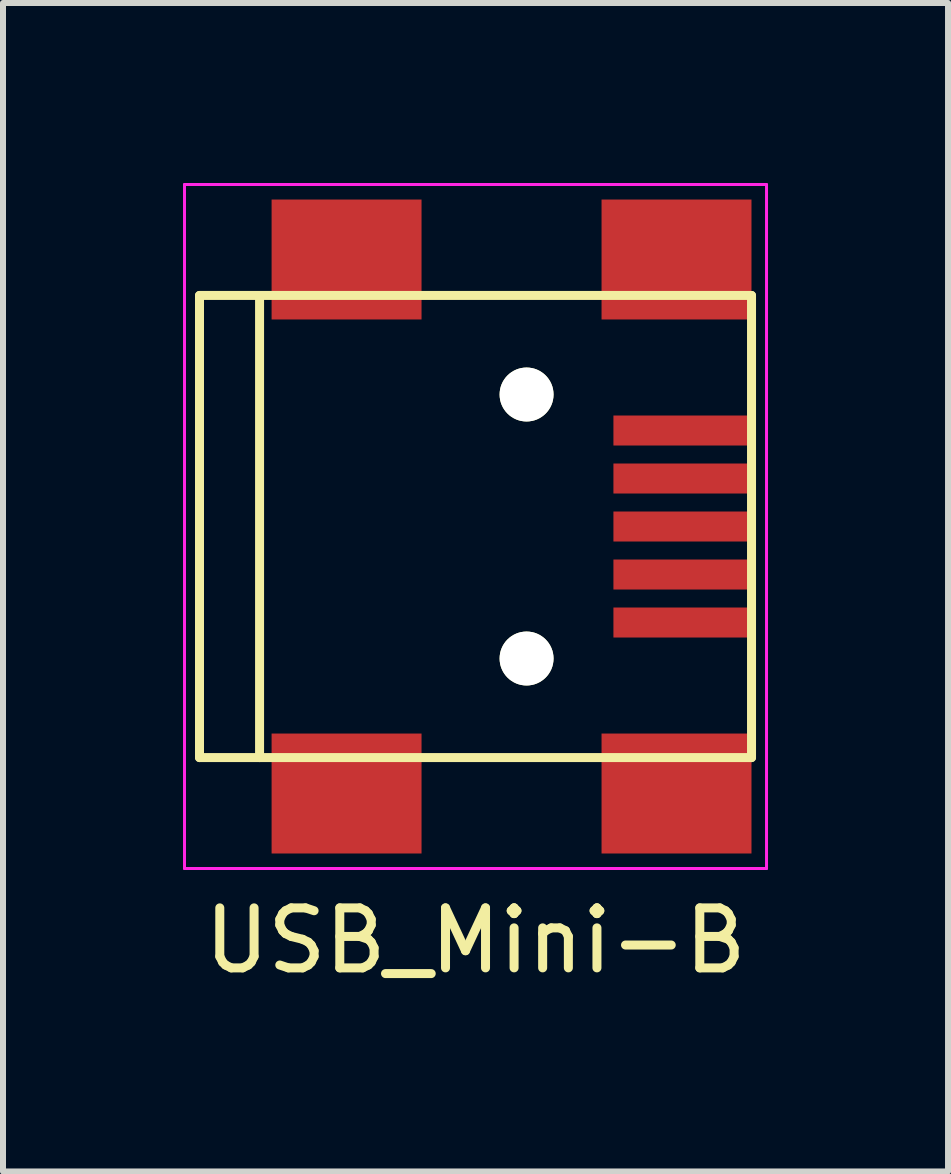
<source format=kicad_pcb>
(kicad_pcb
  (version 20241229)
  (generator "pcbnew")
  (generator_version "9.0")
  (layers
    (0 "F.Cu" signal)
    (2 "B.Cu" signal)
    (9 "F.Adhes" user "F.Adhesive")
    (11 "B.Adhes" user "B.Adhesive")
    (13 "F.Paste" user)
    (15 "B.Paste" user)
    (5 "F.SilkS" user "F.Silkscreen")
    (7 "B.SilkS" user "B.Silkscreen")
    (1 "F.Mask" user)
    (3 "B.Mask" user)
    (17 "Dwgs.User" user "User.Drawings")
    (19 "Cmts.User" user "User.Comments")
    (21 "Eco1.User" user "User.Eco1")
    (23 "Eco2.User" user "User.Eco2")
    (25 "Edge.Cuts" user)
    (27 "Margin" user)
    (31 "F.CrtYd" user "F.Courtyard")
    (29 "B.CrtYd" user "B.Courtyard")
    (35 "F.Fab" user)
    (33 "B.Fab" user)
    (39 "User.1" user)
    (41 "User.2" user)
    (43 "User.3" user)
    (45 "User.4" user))
  (footprint "USB_Mini-B"
    (layer "F.Cu")
    (at 4.875 5.725)
    (property "Reference" "USB_Mini-B" (at 0 6.901 0) (layer "F.SilkS") (effects (font (size 1 1) (thickness 0.15))))
    (attr smd)
    (fp_line (start -4.6 -3.851) (end -4.6 3.851) (stroke (width 0.15) (type solid)) (layer "F.SilkS"))
    (fp_line (start -4.6 3.851) (end 4.6 3.851) (stroke (width 0.15) (type solid)) (layer "F.SilkS"))
    (fp_line (start -3.599 -3.851) (end -3.599 3.851) (stroke (width 0.15) (type solid)) (layer "F.SilkS"))
    (fp_line (start 4.6 -3.851) (end -4.6 -3.851) (stroke (width 0.15) (type solid)) (layer "F.SilkS"))
    (fp_line (start 4.6 3.851) (end 4.6 -3.851) (stroke (width 0.15) (type solid)) (layer "F.SilkS"))
    (fp_line (start -4.85 -5.7) (end 4.85 -5.7) (stroke (width 0.05) (type solid)) (layer "F.CrtYd"))
    (fp_line (start -4.85 5.7) (end -4.85 -5.7) (stroke (width 0.05) (type solid)) (layer "F.CrtYd"))
    (fp_line (start 4.85 -5.7) (end 4.85 5.7) (stroke (width 0.05) (type solid)) (layer "F.CrtYd"))
    (fp_line (start 4.85 5.7) (end -4.85 5.7) (stroke (width 0.05) (type solid)) (layer "F.CrtYd"))
    (pad "" smd rect (at -2.149 -4.45) (size 2.499 1.999) (layers "F.Cu" "F.Mask" "F.Paste"))
    (pad "" smd rect (at -2.149 4.45) (size 2.499 1.999) (layers "F.Cu" "F.Mask" "F.Paste"))
    (pad "" np_thru_hole circle (at 0.851 -2.2) (size 0.899 0.899) (drill 0.899) (layers "*.Cu" "*.Mask" "F.SilkS"))
    (pad "" np_thru_hole circle (at 0.851 2.2) (size 0.899 0.899) (drill 0.899) (layers "*.Cu" "*.Mask" "F.SilkS"))
    (pad "" smd rect (at 3.35 -4.45) (size 2.499 1.999) (layers "F.Cu" "F.Mask" "F.Paste"))
    (pad "" smd rect (at 3.35 4.45) (size 2.499 1.999) (layers "F.Cu" "F.Mask" "F.Paste"))
    (pad "1" smd rect (at 3.449 -1.6) (size 2.301 0.5) (layers "F.Cu" "F.Mask" "F.Paste"))
    (pad "2" smd rect (at 3.449 -0.8) (size 2.301 0.5) (layers "F.Cu" "F.Mask" "F.Paste"))
    (pad "3" smd rect (at 3.449 0) (size 2.301 0.5) (layers "F.Cu" "F.Mask" "F.Paste"))
    (pad "4" smd rect (at 3.449 0.8) (size 2.301 0.5) (layers "F.Cu" "F.Mask" "F.Paste"))
    (pad "5" smd rect (at 3.449 1.6) (size 2.301 0.5) (layers "F.Cu" "F.Mask" "F.Paste")))
  (gr_rect
    (start -3 -3)
    (end 12.75 16.474)
    (stroke (width 0.1) (type default))
    (fill no)
    (layer "Edge.Cuts")))
</source>
